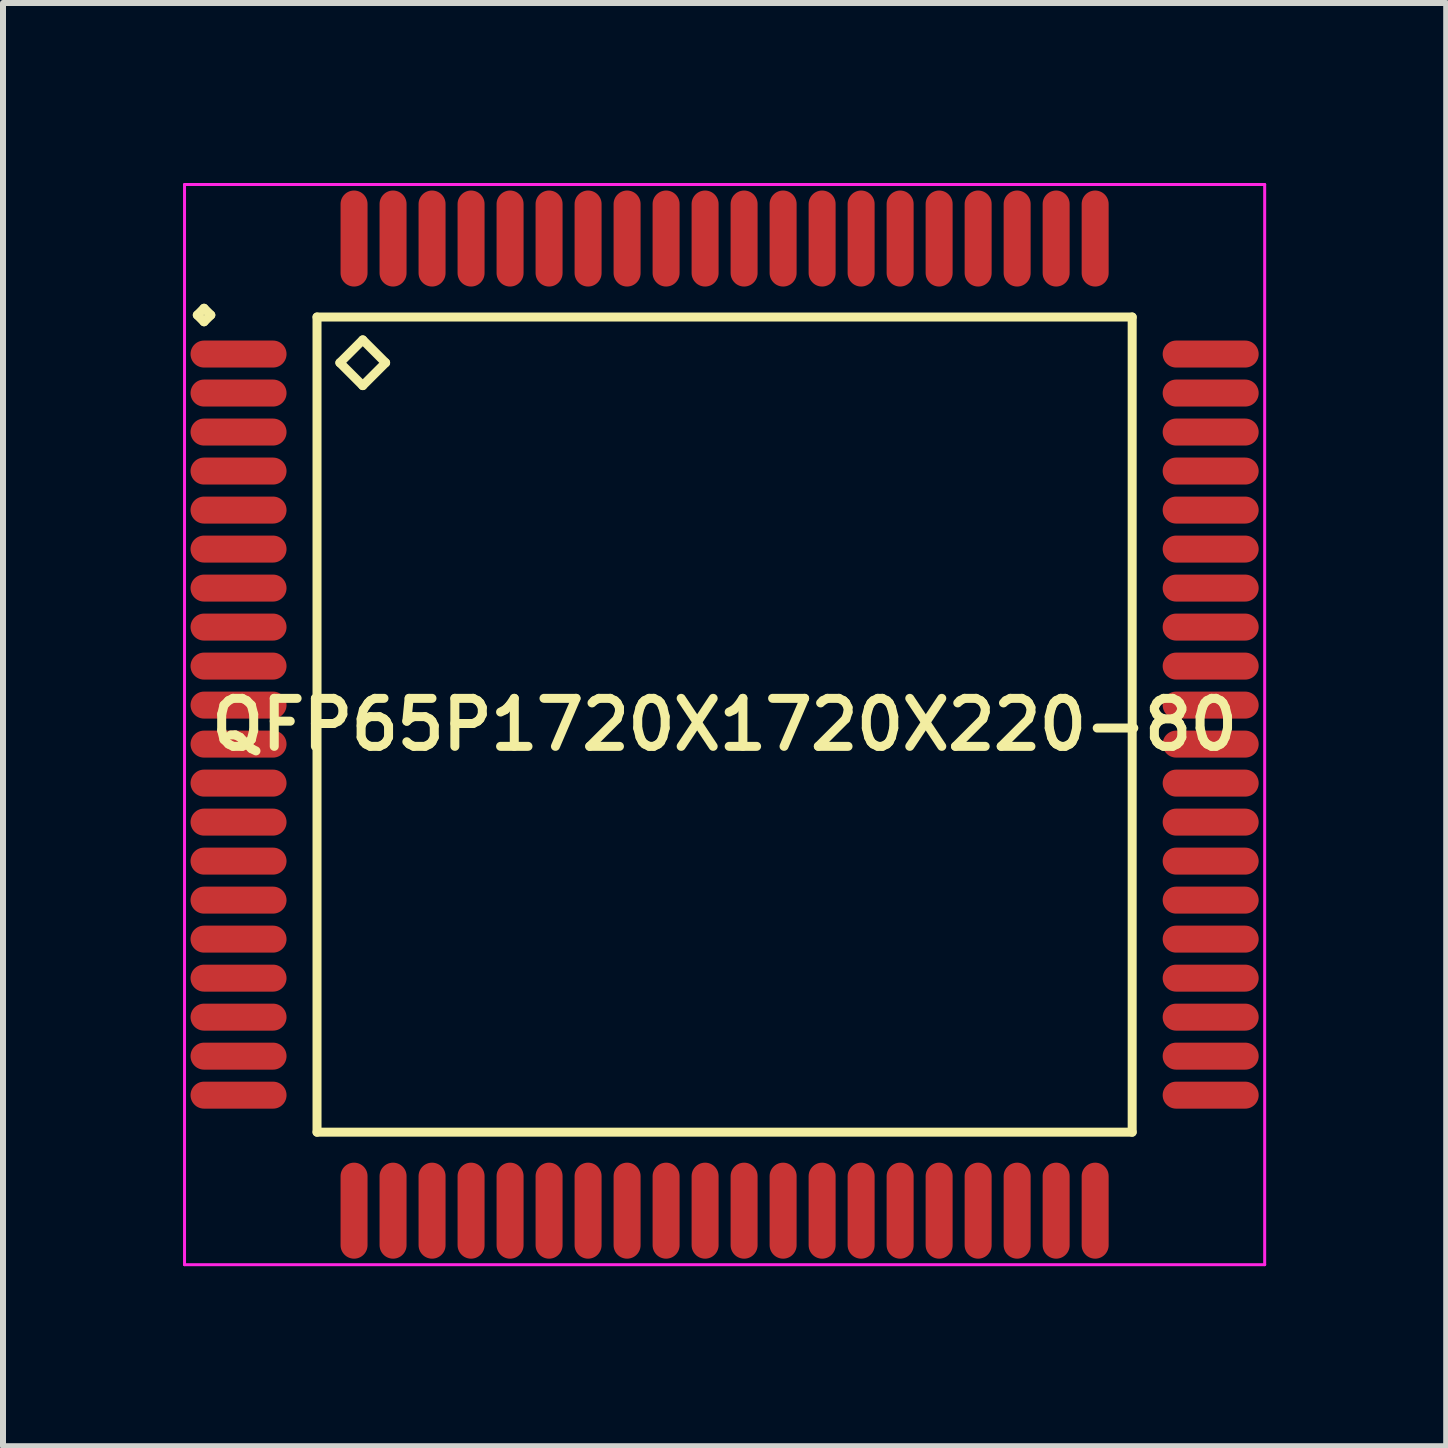
<source format=kicad_pcb>
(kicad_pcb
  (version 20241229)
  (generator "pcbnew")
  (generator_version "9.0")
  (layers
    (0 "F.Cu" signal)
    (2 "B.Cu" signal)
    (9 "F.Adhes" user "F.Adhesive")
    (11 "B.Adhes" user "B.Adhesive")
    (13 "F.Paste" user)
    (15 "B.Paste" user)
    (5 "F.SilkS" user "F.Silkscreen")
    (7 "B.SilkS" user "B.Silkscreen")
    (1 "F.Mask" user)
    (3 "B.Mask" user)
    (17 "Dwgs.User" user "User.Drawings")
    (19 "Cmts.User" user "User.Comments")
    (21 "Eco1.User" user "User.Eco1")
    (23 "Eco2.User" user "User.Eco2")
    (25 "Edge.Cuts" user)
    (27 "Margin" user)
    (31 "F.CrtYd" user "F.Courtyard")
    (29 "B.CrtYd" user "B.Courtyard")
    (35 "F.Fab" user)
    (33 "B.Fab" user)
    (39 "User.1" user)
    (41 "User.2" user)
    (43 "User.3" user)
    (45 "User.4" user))
  (footprint "QFP65P1720X1720X220-80"
    (layer "F.Cu")
    (at 9.025 9.025)
    (property "Reference" "QFP65P1720X1720X220-80" (at 0 0 0) (layer "F.SilkS") (effects (font (size 0.8 0.8) (thickness 0.15))))
    (attr smd)
    (fp_line (start -8.787 -6.825) (end -8.675 -6.938) (stroke (width 0.15) (type solid)) (layer "F.SilkS"))
    (fp_line (start -8.675 -6.938) (end -8.562 -6.825) (stroke (width 0.15) (type solid)) (layer "F.SilkS"))
    (fp_line (start -8.675 -6.713) (end -8.787 -6.825) (stroke (width 0.15) (type solid)) (layer "F.SilkS"))
    (fp_line (start -8.562 -6.825) (end -8.675 -6.713) (stroke (width 0.15) (type solid)) (layer "F.SilkS"))
    (fp_line (start -6.792 -6.792) (end -6.792 6.792) (stroke (width 0.15) (type solid)) (layer "F.SilkS"))
    (fp_line (start -6.792 6.792) (end 6.792 6.792) (stroke (width 0.15) (type solid)) (layer "F.SilkS"))
    (fp_line (start -6.411 -6.03) (end -6.03 -6.411) (stroke (width 0.15) (type solid)) (layer "F.SilkS"))
    (fp_line (start -6.03 -6.411) (end -5.649 -6.03) (stroke (width 0.15) (type solid)) (layer "F.SilkS"))
    (fp_line (start -6.03 -5.649) (end -6.411 -6.03) (stroke (width 0.15) (type solid)) (layer "F.SilkS"))
    (fp_line (start -5.649 -6.03) (end -6.03 -5.649) (stroke (width 0.15) (type solid)) (layer "F.SilkS"))
    (fp_line (start 6.792 -6.792) (end -6.792 -6.792) (stroke (width 0.15) (type solid)) (layer "F.SilkS"))
    (fp_line (start 6.792 6.792) (end 6.792 -6.792) (stroke (width 0.15) (type solid)) (layer "F.SilkS"))
    (fp_line (start -9 -9) (end 9 -9) (stroke (width 0.05) (type solid)) (layer "F.CrtYd"))
    (fp_line (start -9 9) (end -9 -9) (stroke (width 0.05) (type solid)) (layer "F.CrtYd"))
    (fp_line (start 9 -9) (end 9 9) (stroke (width 0.05) (type solid)) (layer "F.CrtYd"))
    (fp_line (start 9 9) (end -9 9) (stroke (width 0.05) (type solid)) (layer "F.CrtYd"))
    (pad "1" smd oval (at -8.1 -6.175) (size 1.6 0.45) (layers "F.Cu" "F.Mask" "F.Paste"))
    (pad "2" smd oval (at -8.1 -5.525) (size 1.6 0.45) (layers "F.Cu" "F.Mask" "F.Paste"))
    (pad "3" smd oval (at -8.1 -4.875) (size 1.6 0.45) (layers "F.Cu" "F.Mask" "F.Paste"))
    (pad "4" smd oval (at -8.1 -4.225) (size 1.6 0.45) (layers "F.Cu" "F.Mask" "F.Paste"))
    (pad "5" smd oval (at -8.1 -3.575) (size 1.6 0.45) (layers "F.Cu" "F.Mask" "F.Paste"))
    (pad "6" smd oval (at -8.1 -2.925) (size 1.6 0.45) (layers "F.Cu" "F.Mask" "F.Paste"))
    (pad "7" smd oval (at -8.1 -2.275) (size 1.6 0.45) (layers "F.Cu" "F.Mask" "F.Paste"))
    (pad "8" smd oval (at -8.1 -1.625) (size 1.6 0.45) (layers "F.Cu" "F.Mask" "F.Paste"))
    (pad "9" smd oval (at -8.1 -0.975) (size 1.6 0.45) (layers "F.Cu" "F.Mask" "F.Paste"))
    (pad "10" smd oval (at -8.1 -0.325) (size 1.6 0.45) (layers "F.Cu" "F.Mask" "F.Paste"))
    (pad "11" smd oval (at -8.1 0.325) (size 1.6 0.45) (layers "F.Cu" "F.Mask" "F.Paste"))
    (pad "12" smd oval (at -8.1 0.975) (size 1.6 0.45) (layers "F.Cu" "F.Mask" "F.Paste"))
    (pad "13" smd oval (at -8.1 1.625) (size 1.6 0.45) (layers "F.Cu" "F.Mask" "F.Paste"))
    (pad "14" smd oval (at -8.1 2.275) (size 1.6 0.45) (layers "F.Cu" "F.Mask" "F.Paste"))
    (pad "15" smd oval (at -8.1 2.925) (size 1.6 0.45) (layers "F.Cu" "F.Mask" "F.Paste"))
    (pad "16" smd oval (at -8.1 3.575) (size 1.6 0.45) (layers "F.Cu" "F.Mask" "F.Paste"))
    (pad "17" smd oval (at -8.1 4.225) (size 1.6 0.45) (layers "F.Cu" "F.Mask" "F.Paste"))
    (pad "18" smd oval (at -8.1 4.875) (size 1.6 0.45) (layers "F.Cu" "F.Mask" "F.Paste"))
    (pad "19" smd oval (at -8.1 5.525) (size 1.6 0.45) (layers "F.Cu" "F.Mask" "F.Paste"))
    (pad "20" smd oval (at -8.1 6.175) (size 1.6 0.45) (layers "F.Cu" "F.Mask" "F.Paste"))
    (pad "21" smd oval (at -6.175 8.1) (size 0.45 1.6) (layers "F.Cu" "F.Mask" "F.Paste"))
    (pad "22" smd oval (at -5.525 8.1) (size 0.45 1.6) (layers "F.Cu" "F.Mask" "F.Paste"))
    (pad "23" smd oval (at -4.875 8.1) (size 0.45 1.6) (layers "F.Cu" "F.Mask" "F.Paste"))
    (pad "24" smd oval (at -4.225 8.1) (size 0.45 1.6) (layers "F.Cu" "F.Mask" "F.Paste"))
    (pad "25" smd oval (at -3.575 8.1) (size 0.45 1.6) (layers "F.Cu" "F.Mask" "F.Paste"))
    (pad "26" smd oval (at -2.925 8.1) (size 0.45 1.6) (layers "F.Cu" "F.Mask" "F.Paste"))
    (pad "27" smd oval (at -2.275 8.1) (size 0.45 1.6) (layers "F.Cu" "F.Mask" "F.Paste"))
    (pad "28" smd oval (at -1.625 8.1) (size 0.45 1.6) (layers "F.Cu" "F.Mask" "F.Paste"))
    (pad "29" smd oval (at -0.975 8.1) (size 0.45 1.6) (layers "F.Cu" "F.Mask" "F.Paste"))
    (pad "30" smd oval (at -0.325 8.1) (size 0.45 1.6) (layers "F.Cu" "F.Mask" "F.Paste"))
    (pad "31" smd oval (at 0.325 8.1) (size 0.45 1.6) (layers "F.Cu" "F.Mask" "F.Paste"))
    (pad "32" smd oval (at 0.975 8.1) (size 0.45 1.6) (layers "F.Cu" "F.Mask" "F.Paste"))
    (pad "33" smd oval (at 1.625 8.1) (size 0.45 1.6) (layers "F.Cu" "F.Mask" "F.Paste"))
    (pad "34" smd oval (at 2.275 8.1) (size 0.45 1.6) (layers "F.Cu" "F.Mask" "F.Paste"))
    (pad "35" smd oval (at 2.925 8.1) (size 0.45 1.6) (layers "F.Cu" "F.Mask" "F.Paste"))
    (pad "36" smd oval (at 3.575 8.1) (size 0.45 1.6) (layers "F.Cu" "F.Mask" "F.Paste"))
    (pad "37" smd oval (at 4.225 8.1) (size 0.45 1.6) (layers "F.Cu" "F.Mask" "F.Paste"))
    (pad "38" smd oval (at 4.875 8.1) (size 0.45 1.6) (layers "F.Cu" "F.Mask" "F.Paste"))
    (pad "39" smd oval (at 5.525 8.1) (size 0.45 1.6) (layers "F.Cu" "F.Mask" "F.Paste"))
    (pad "40" smd oval (at 6.175 8.1) (size 0.45 1.6) (layers "F.Cu" "F.Mask" "F.Paste"))
    (pad "41" smd oval (at 8.1 6.175) (size 1.6 0.45) (layers "F.Cu" "F.Mask" "F.Paste"))
    (pad "42" smd oval (at 8.1 5.525) (size 1.6 0.45) (layers "F.Cu" "F.Mask" "F.Paste"))
    (pad "43" smd oval (at 8.1 4.875) (size 1.6 0.45) (layers "F.Cu" "F.Mask" "F.Paste"))
    (pad "44" smd oval (at 8.1 4.225) (size 1.6 0.45) (layers "F.Cu" "F.Mask" "F.Paste"))
    (pad "45" smd oval (at 8.1 3.575) (size 1.6 0.45) (layers "F.Cu" "F.Mask" "F.Paste"))
    (pad "46" smd oval (at 8.1 2.925) (size 1.6 0.45) (layers "F.Cu" "F.Mask" "F.Paste"))
    (pad "47" smd oval (at 8.1 2.275) (size 1.6 0.45) (layers "F.Cu" "F.Mask" "F.Paste"))
    (pad "48" smd oval (at 8.1 1.625) (size 1.6 0.45) (layers "F.Cu" "F.Mask" "F.Paste"))
    (pad "49" smd oval (at 8.1 0.975) (size 1.6 0.45) (layers "F.Cu" "F.Mask" "F.Paste"))
    (pad "50" smd oval (at 8.1 0.325) (size 1.6 0.45) (layers "F.Cu" "F.Mask" "F.Paste"))
    (pad "51" smd oval (at 8.1 -0.325) (size 1.6 0.45) (layers "F.Cu" "F.Mask" "F.Paste"))
    (pad "52" smd oval (at 8.1 -0.975) (size 1.6 0.45) (layers "F.Cu" "F.Mask" "F.Paste"))
    (pad "53" smd oval (at 8.1 -1.625) (size 1.6 0.45) (layers "F.Cu" "F.Mask" "F.Paste"))
    (pad "54" smd oval (at 8.1 -2.275) (size 1.6 0.45) (layers "F.Cu" "F.Mask" "F.Paste"))
    (pad "55" smd oval (at 8.1 -2.925) (size 1.6 0.45) (layers "F.Cu" "F.Mask" "F.Paste"))
    (pad "56" smd oval (at 8.1 -3.575) (size 1.6 0.45) (layers "F.Cu" "F.Mask" "F.Paste"))
    (pad "57" smd oval (at 8.1 -4.225) (size 1.6 0.45) (layers "F.Cu" "F.Mask" "F.Paste"))
    (pad "58" smd oval (at 8.1 -4.875) (size 1.6 0.45) (layers "F.Cu" "F.Mask" "F.Paste"))
    (pad "59" smd oval (at 8.1 -5.525) (size 1.6 0.45) (layers "F.Cu" "F.Mask" "F.Paste"))
    (pad "60" smd oval (at 8.1 -6.175) (size 1.6 0.45) (layers "F.Cu" "F.Mask" "F.Paste"))
    (pad "61" smd oval (at 6.175 -8.1) (size 0.45 1.6) (layers "F.Cu" "F.Mask" "F.Paste"))
    (pad "62" smd oval (at 5.525 -8.1) (size 0.45 1.6) (layers "F.Cu" "F.Mask" "F.Paste"))
    (pad "63" smd oval (at 4.875 -8.1) (size 0.45 1.6) (layers "F.Cu" "F.Mask" "F.Paste"))
    (pad "64" smd oval (at 4.225 -8.1) (size 0.45 1.6) (layers "F.Cu" "F.Mask" "F.Paste"))
    (pad "65" smd oval (at 3.575 -8.1) (size 0.45 1.6) (layers "F.Cu" "F.Mask" "F.Paste"))
    (pad "66" smd oval (at 2.925 -8.1) (size 0.45 1.6) (layers "F.Cu" "F.Mask" "F.Paste"))
    (pad "67" smd oval (at 2.275 -8.1) (size 0.45 1.6) (layers "F.Cu" "F.Mask" "F.Paste"))
    (pad "68" smd oval (at 1.625 -8.1) (size 0.45 1.6) (layers "F.Cu" "F.Mask" "F.Paste"))
    (pad "69" smd oval (at 0.975 -8.1) (size 0.45 1.6) (layers "F.Cu" "F.Mask" "F.Paste"))
    (pad "70" smd oval (at 0.325 -8.1) (size 0.45 1.6) (layers "F.Cu" "F.Mask" "F.Paste"))
    (pad "71" smd oval (at -0.325 -8.1) (size 0.45 1.6) (layers "F.Cu" "F.Mask" "F.Paste"))
    (pad "72" smd oval (at -0.975 -8.1) (size 0.45 1.6) (layers "F.Cu" "F.Mask" "F.Paste"))
    (pad "73" smd oval (at -1.625 -8.1) (size 0.45 1.6) (layers "F.Cu" "F.Mask" "F.Paste"))
    (pad "74" smd oval (at -2.275 -8.1) (size 0.45 1.6) (layers "F.Cu" "F.Mask" "F.Paste"))
    (pad "75" smd oval (at -2.925 -8.1) (size 0.45 1.6) (layers "F.Cu" "F.Mask" "F.Paste"))
    (pad "76" smd oval (at -3.575 -8.1) (size 0.45 1.6) (layers "F.Cu" "F.Mask" "F.Paste"))
    (pad "77" smd oval (at -4.225 -8.1) (size 0.45 1.6) (layers "F.Cu" "F.Mask" "F.Paste"))
    (pad "78" smd oval (at -4.875 -8.1) (size 0.45 1.6) (layers "F.Cu" "F.Mask" "F.Paste"))
    (pad "79" smd oval (at -5.525 -8.1) (size 0.45 1.6) (layers "F.Cu" "F.Mask" "F.Paste"))
    (pad "80" smd oval (at -6.175 -8.1) (size 0.45 1.6) (layers "F.Cu" "F.Mask" "F.Paste")))
  (gr_rect
    (start -3 -3)
    (end 21.05 21.05)
    (stroke (width 0.1) (type default))
    (fill no)
    (layer "Edge.Cuts")))
</source>
